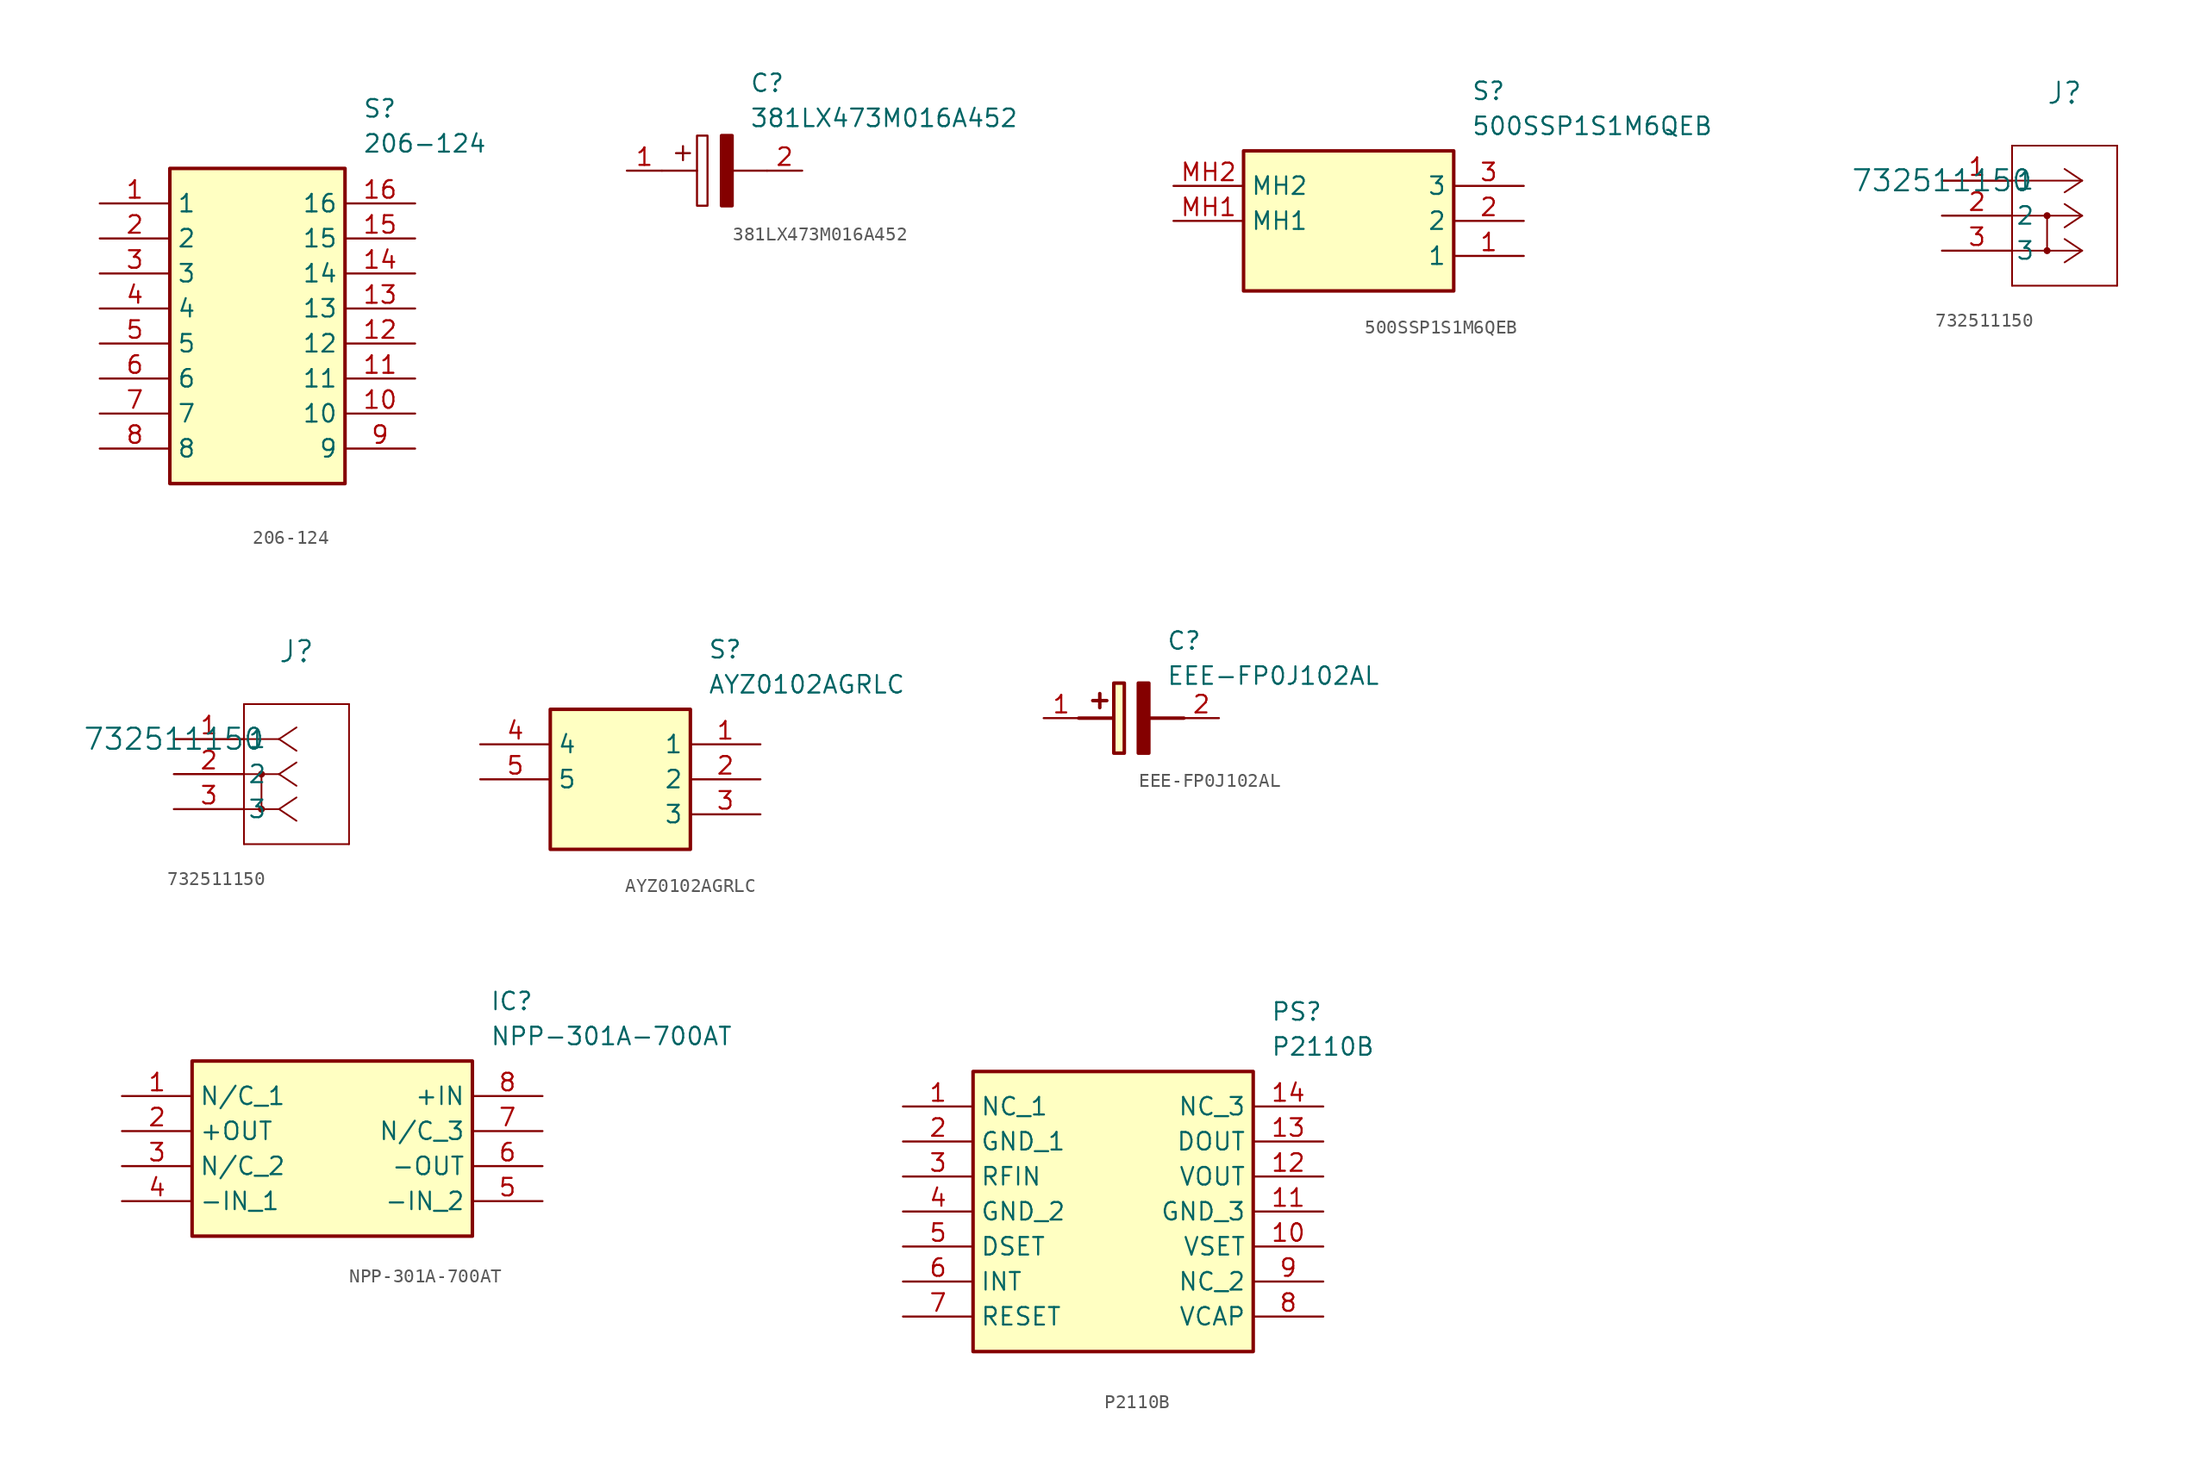
<source format=kicad_sym>
(kicad_symbol_lib
  (version 20231120)
  (generator "kicad_symbol_editor")
  (generator_version "8.0")
  (symbol "206-124"
    (property "Reference" "S"
      (at 19.05 7.62 0)
      (effects (font (size 1.27 1.27)) (justify left top)))
    (property "Value" "206-124"
      (at 19.05 5.08 0)
      (effects (font (size 1.27 1.27)) (justify left top)))
    (symbol "206-124_1_1"
      (rectangle (start 5.08 2.54) (end 17.78 -20.32) (stroke (width 0.254) (type default)) (fill (type background)))
      (pin passive line (at 0 0 0) (length 5.08) (name "1" (effects (font (size 1.27 1.27)))) (number "1" (effects (font (size 1.27 1.27)))))
      (pin passive line (at 22.86 -15.24 180) (length 5.08) (name "10" (effects (font (size 1.27 1.27)))) (number "10" (effects (font (size 1.27 1.27)))))
      (pin passive line (at 22.86 -12.7 180) (length 5.08) (name "11" (effects (font (size 1.27 1.27)))) (number "11" (effects (font (size 1.27 1.27)))))
      (pin passive line (at 22.86 -10.16 180) (length 5.08) (name "12" (effects (font (size 1.27 1.27)))) (number "12" (effects (font (size 1.27 1.27)))))
      (pin passive line (at 22.86 -7.62 180) (length 5.08) (name "13" (effects (font (size 1.27 1.27)))) (number "13" (effects (font (size 1.27 1.27)))))
      (pin passive line (at 22.86 -5.08 180) (length 5.08) (name "14" (effects (font (size 1.27 1.27)))) (number "14" (effects (font (size 1.27 1.27)))))
      (pin passive line (at 22.86 -2.54 180) (length 5.08) (name "15" (effects (font (size 1.27 1.27)))) (number "15" (effects (font (size 1.27 1.27)))))
      (pin passive line (at 22.86 0 180) (length 5.08) (name "16" (effects (font (size 1.27 1.27)))) (number "16" (effects (font (size 1.27 1.27)))))
      (pin passive line (at 0 -2.54 0) (length 5.08) (name "2" (effects (font (size 1.27 1.27)))) (number "2" (effects (font (size 1.27 1.27)))))
      (pin passive line (at 0 -5.08 0) (length 5.08) (name "3" (effects (font (size 1.27 1.27)))) (number "3" (effects (font (size 1.27 1.27)))))
      (pin passive line (at 0 -7.62 0) (length 5.08) (name "4" (effects (font (size 1.27 1.27)))) (number "4" (effects (font (size 1.27 1.27)))))
      (pin passive line (at 0 -10.16 0) (length 5.08) (name "5" (effects (font (size 1.27 1.27)))) (number "5" (effects (font (size 1.27 1.27)))))
      (pin passive line (at 0 -12.7 0) (length 5.08) (name "6" (effects (font (size 1.27 1.27)))) (number "6" (effects (font (size 1.27 1.27)))))
      (pin passive line (at 0 -15.24 0) (length 5.08) (name "7" (effects (font (size 1.27 1.27)))) (number "7" (effects (font (size 1.27 1.27)))))
      (pin passive line (at 0 -17.78 0) (length 5.08) (name "8" (effects (font (size 1.27 1.27)))) (number "8" (effects (font (size 1.27 1.27)))))
      (pin passive line (at 22.86 -17.78 180) (length 5.08) (name "9" (effects (font (size 1.27 1.27)))) (number "9" (effects (font (size 1.27 1.27)))))))
  (symbol "381LX473M016A452"
    (pin_names
      (offset 0.762))
    (property "Reference" "C"
      (at 8.89 6.35 0)
      (effects (font (size 1.27 1.27)) (justify left)))
    (property "Value" "381LX473M016A452"
      (at 8.89 3.81 0)
      (effects (font (size 1.27 1.27)) (justify left)))
    (symbol "381LX473M016A452_0_0"
      (pin passive line (at 0 0 0) (length 2.54) (name "~" (effects (font (size 1.27 1.27)))) (number "1" (effects (font (size 1.27 1.27)))))
      (pin passive line (at 12.7 0 180) (length 2.54) (name "~" (effects (font (size 1.27 1.27)))) (number "2" (effects (font (size 1.27 1.27))))))
    (symbol "381LX473M016A452_0_1"
      (polyline (pts (xy 2.54 0) (xy 5.08 0)) (stroke (width 0.152) (type solid)) (fill (type none)))
      (polyline (pts (xy 4.064 1.778) (xy 4.064 0.762)) (stroke (width 0.152) (type solid)) (fill (type none)))
      (polyline (pts (xy 4.572 1.27) (xy 3.556 1.27)) (stroke (width 0.152) (type solid)) (fill (type none)))
      (polyline (pts (xy 7.62 0) (xy 10.16 0)) (stroke (width 0.152) (type solid)) (fill (type none)))
      (polyline (pts (xy 5.08 2.54) (xy 5.08 -2.54) (xy 5.842 -2.54) (xy 5.842 2.54) (xy 5.08 2.54)) (stroke (width 0.152) (type solid)) (fill (type none)))
      (polyline (pts (xy 7.62 2.54) (xy 7.62 -2.54) (xy 6.858 -2.54) (xy 6.858 2.54) (xy 7.62 2.54)) (stroke (width 0.254) (type solid)) (fill (type outline)))))
  (symbol "500SSP1S1M6QEB"
    (property "Reference" "S"
      (at 21.59 7.62 0)
      (effects (font (size 1.27 1.27)) (justify left top)))
    (property "Value" "500SSP1S1M6QEB"
      (at 21.59 5.08 0)
      (effects (font (size 1.27 1.27)) (justify left top)))
    (symbol "500SSP1S1M6QEB_1_1"
      (rectangle (start 5.08 2.54) (end 20.32 -7.62) (stroke (width 0.254) (type default)) (fill (type background)))
      (pin passive line (at 25.4 -5.08 180) (length 5.08) (name "1" (effects (font (size 1.27 1.27)))) (number "1" (effects (font (size 1.27 1.27)))))
      (pin passive line (at 25.4 -2.54 180) (length 5.08) (name "2" (effects (font (size 1.27 1.27)))) (number "2" (effects (font (size 1.27 1.27)))))
      (pin passive line (at 25.4 0 180) (length 5.08) (name "3" (effects (font (size 1.27 1.27)))) (number "3" (effects (font (size 1.27 1.27)))))
      (pin passive line (at 0 -2.54 0) (length 5.08) (name "MH1" (effects (font (size 1.27 1.27)))) (number "MH1" (effects (font (size 1.27 1.27)))))
      (pin passive line (at 0 0 0) (length 5.08) (name "MH2" (effects (font (size 1.27 1.27)))) (number "MH2" (effects (font (size 1.27 1.27)))))))
  (symbol "732511150"
    (pin_names
      (offset 0.254))
    (property "Reference" "J"
      (at 8.89 6.35 0)
      (effects (font (size 1.524 1.524))))
    (property "Value" "732511150"
      (at 0 0 0)
      (effects (font (size 1.524 1.524))))
    (property "ki_locked" ""
      (at 0 0 0)
      (effects (font (size 1.27 1.27))))
    (symbol "732511150_1_1"
      (polyline (pts (xy 5.08 -7.62) (xy 12.7 -7.62)) (stroke (width 0.127) (type default)) (fill (type none)))
      (polyline (pts (xy 5.08 2.54) (xy 5.08 -7.62)) (stroke (width 0.127) (type default)) (fill (type none)))
      (polyline (pts (xy 7.62 -2.54) (xy 7.62 -5.08)) (stroke (width 0.127) (type default)) (fill (type none)))
      (polyline (pts (xy 10.16 -5.08) (xy 5.08 -5.08)) (stroke (width 0.127) (type default)) (fill (type none)))
      (polyline (pts (xy 10.16 -5.08) (xy 8.89 -5.927)) (stroke (width 0.127) (type default)) (fill (type none)))
      (polyline (pts (xy 10.16 -5.08) (xy 8.89 -4.233)) (stroke (width 0.127) (type default)) (fill (type none)))
      (polyline (pts (xy 10.16 -2.54) (xy 5.08 -2.54)) (stroke (width 0.127) (type default)) (fill (type none)))
      (polyline (pts (xy 10.16 -2.54) (xy 8.89 -3.387)) (stroke (width 0.127) (type default)) (fill (type none)))
      (polyline (pts (xy 10.16 -2.54) (xy 8.89 -1.693)) (stroke (width 0.127) (type default)) (fill (type none)))
      (polyline (pts (xy 10.16 0) (xy 5.08 0)) (stroke (width 0.127) (type default)) (fill (type none)))
      (polyline (pts (xy 10.16 0) (xy 8.89 -0.847)) (stroke (width 0.127) (type default)) (fill (type none)))
      (polyline (pts (xy 10.16 0) (xy 8.89 0.847)) (stroke (width 0.127) (type default)) (fill (type none)))
      (polyline (pts (xy 12.7 -7.62) (xy 12.7 2.54)) (stroke (width 0.127) (type default)) (fill (type none)))
      (polyline (pts (xy 12.7 2.54) (xy 5.08 2.54)) (stroke (width 0.127) (type default)) (fill (type none)))
      (circle (center 7.62 -5.08) (radius 0.127) (stroke (width 0.254) (type default)) (fill (type none)))
      (circle (center 7.62 -2.54) (radius 0.127) (stroke (width 0.254) (type default)) (fill (type none)))
      (pin unspecified line (at 0 0 0) (length 5.08) (name "1" (effects (font (size 1.27 1.27)))) (number "1" (effects (font (size 1.27 1.27)))))
      (pin unspecified line (at 0 -2.54 0) (length 5.08) (name "2" (effects (font (size 1.27 1.27)))) (number "2" (effects (font (size 1.27 1.27)))))
      (pin unspecified line (at 0 -5.08 0) (length 5.08) (name "3" (effects (font (size 1.27 1.27)))) (number "3" (effects (font (size 1.27 1.27))))))
    (symbol "732511150_1_2"
      (polyline (pts (xy 5.08 -7.62) (xy 12.7 -7.62)) (stroke (width 0.127) (type default)) (fill (type none)))
      (polyline (pts (xy 5.08 2.54) (xy 5.08 -7.62)) (stroke (width 0.127) (type default)) (fill (type none)))
      (polyline (pts (xy 6.35 -2.54) (xy 6.35 -5.08)) (stroke (width 0.127) (type default)) (fill (type none)))
      (polyline (pts (xy 7.62 -5.08) (xy 5.08 -5.08)) (stroke (width 0.127) (type default)) (fill (type none)))
      (polyline (pts (xy 7.62 -5.08) (xy 8.89 -5.927)) (stroke (width 0.127) (type default)) (fill (type none)))
      (polyline (pts (xy 7.62 -5.08) (xy 8.89 -4.233)) (stroke (width 0.127) (type default)) (fill (type none)))
      (polyline (pts (xy 7.62 -2.54) (xy 5.08 -2.54)) (stroke (width 0.127) (type default)) (fill (type none)))
      (polyline (pts (xy 7.62 -2.54) (xy 8.89 -3.387)) (stroke (width 0.127) (type default)) (fill (type none)))
      (polyline (pts (xy 7.62 -2.54) (xy 8.89 -1.693)) (stroke (width 0.127) (type default)) (fill (type none)))
      (polyline (pts (xy 7.62 0) (xy 5.08 0)) (stroke (width 0.127) (type default)) (fill (type none)))
      (polyline (pts (xy 7.62 0) (xy 8.89 -0.847)) (stroke (width 0.127) (type default)) (fill (type none)))
      (polyline (pts (xy 7.62 0) (xy 8.89 0.847)) (stroke (width 0.127) (type default)) (fill (type none)))
      (polyline (pts (xy 12.7 -7.62) (xy 12.7 2.54)) (stroke (width 0.127) (type default)) (fill (type none)))
      (polyline (pts (xy 12.7 2.54) (xy 5.08 2.54)) (stroke (width 0.127) (type default)) (fill (type none)))
      (circle (center 6.35 -5.08) (radius 0.127) (stroke (width 0.254) (type default)) (fill (type none)))
      (circle (center 6.35 -2.54) (radius 0.127) (stroke (width 0.254) (type default)) (fill (type none)))
      (pin unspecified line (at 0 0 0) (length 5.08) (name "1" (effects (font (size 1.27 1.27)))) (number "1" (effects (font (size 1.27 1.27)))))
      (pin unspecified line (at 0 -2.54 0) (length 5.08) (name "2" (effects (font (size 1.27 1.27)))) (number "2" (effects (font (size 1.27 1.27)))))
      (pin unspecified line (at 0 -5.08 0) (length 5.08) (name "3" (effects (font (size 1.27 1.27)))) (number "3" (effects (font (size 1.27 1.27)))))))
  (symbol "AYZ0102AGRLC"
    (property "Reference" "S"
      (at 16.51 7.62 0)
      (effects (font (size 1.27 1.27)) (justify left top)))
    (property "Value" "AYZ0102AGRLC"
      (at 16.51 5.08 0)
      (effects (font (size 1.27 1.27)) (justify left top)))
    (symbol "AYZ0102AGRLC_1_1"
      (rectangle (start 5.08 2.54) (end 15.24 -7.62) (stroke (width 0.254) (type default)) (fill (type background)))
      (pin passive line (at 20.32 0 180) (length 5.08) (name "1" (effects (font (size 1.27 1.27)))) (number "1" (effects (font (size 1.27 1.27)))))
      (pin passive line (at 20.32 -2.54 180) (length 5.08) (name "2" (effects (font (size 1.27 1.27)))) (number "2" (effects (font (size 1.27 1.27)))))
      (pin passive line (at 20.32 -5.08 180) (length 5.08) (name "3" (effects (font (size 1.27 1.27)))) (number "3" (effects (font (size 1.27 1.27)))))
      (pin passive line (at 0 0 0) (length 5.08) (name "4" (effects (font (size 1.27 1.27)))) (number "4" (effects (font (size 1.27 1.27)))))
      (pin passive line (at 0 -2.54 0) (length 5.08) (name "5" (effects (font (size 1.27 1.27)))) (number "5" (effects (font (size 1.27 1.27)))))))
  (symbol "EEE-FP0J102AL"
    (pin_names hide)
    (property "Reference" "C"
      (at 8.89 6.35 0)
      (effects (font (size 1.27 1.27)) (justify left top)))
    (property "Value" "EEE-FP0J102AL"
      (at 8.89 3.81 0)
      (effects (font (size 1.27 1.27)) (justify left top)))
    (symbol "EEE-FP0J102AL_1_1"
      (polyline (pts (xy 2.54 0) (xy 5.08 0)) (stroke (width 0.254) (type default)) (fill (type none)))
      (polyline (pts (xy 4.064 1.778) (xy 4.064 0.762)) (stroke (width 0.254) (type default)) (fill (type none)))
      (polyline (pts (xy 4.572 1.27) (xy 3.556 1.27)) (stroke (width 0.254) (type default)) (fill (type none)))
      (polyline (pts (xy 7.62 0) (xy 10.16 0)) (stroke (width 0.254) (type default)) (fill (type none)))
      (polyline (pts (xy 7.62 2.54) (xy 7.62 -2.54) (xy 6.858 -2.54) (xy 6.858 2.54) (xy 7.62 2.54)) (stroke (width 0.254) (type default)) (fill (type outline)))
      (rectangle (start 5.08 2.54) (end 5.842 -2.54) (stroke (width 0.254) (type default)) (fill (type background)))
      (pin passive line (at 0 0 0) (length 2.54) (name "+" (effects (font (size 1.27 1.27)))) (number "1" (effects (font (size 1.27 1.27)))))
      (pin passive line (at 12.7 0 180) (length 2.54) (name "-" (effects (font (size 1.27 1.27)))) (number "2" (effects (font (size 1.27 1.27)))))))
  (symbol "NPP-301A-700AT"
    (property "Reference" "IC"
      (at 26.67 7.62 0)
      (effects (font (size 1.27 1.27)) (justify left top)))
    (property "Value" "NPP-301A-700AT"
      (at 26.67 5.08 0)
      (effects (font (size 1.27 1.27)) (justify left top)))
    (symbol "NPP-301A-700AT_1_1"
      (rectangle (start 5.08 2.54) (end 25.4 -10.16) (stroke (width 0.254) (type default)) (fill (type background)))
      (pin passive line (at 0 0 0) (length 5.08) (name "N/C_1" (effects (font (size 1.27 1.27)))) (number "1" (effects (font (size 1.27 1.27)))))
      (pin passive line (at 0 -2.54 0) (length 5.08) (name "+OUT" (effects (font (size 1.27 1.27)))) (number "2" (effects (font (size 1.27 1.27)))))
      (pin passive line (at 0 -5.08 0) (length 5.08) (name "N/C_2" (effects (font (size 1.27 1.27)))) (number "3" (effects (font (size 1.27 1.27)))))
      (pin passive line (at 0 -7.62 0) (length 5.08) (name "-IN_1" (effects (font (size 1.27 1.27)))) (number "4" (effects (font (size 1.27 1.27)))))
      (pin passive line (at 30.48 -7.62 180) (length 5.08) (name "-IN_2" (effects (font (size 1.27 1.27)))) (number "5" (effects (font (size 1.27 1.27)))))
      (pin passive line (at 30.48 -5.08 180) (length 5.08) (name "-OUT" (effects (font (size 1.27 1.27)))) (number "6" (effects (font (size 1.27 1.27)))))
      (pin passive line (at 30.48 -2.54 180) (length 5.08) (name "N/C_3" (effects (font (size 1.27 1.27)))) (number "7" (effects (font (size 1.27 1.27)))))
      (pin passive line (at 30.48 0 180) (length 5.08) (name "+IN" (effects (font (size 1.27 1.27)))) (number "8" (effects (font (size 1.27 1.27)))))))
  (symbol "P2110B"
    (property "Reference" "PS"
      (at 26.67 7.62 0)
      (effects (font (size 1.27 1.27)) (justify left top)))
    (property "Value" "P2110B"
      (at 26.67 5.08 0)
      (effects (font (size 1.27 1.27)) (justify left top)))
    (symbol "P2110B_1_1"
      (rectangle (start 5.08 2.54) (end 25.4 -17.78) (stroke (width 0.254) (type default)) (fill (type background)))
      (pin passive line (at 0 0 0) (length 5.08) (name "NC_1" (effects (font (size 1.27 1.27)))) (number "1" (effects (font (size 1.27 1.27)))))
      (pin passive line (at 30.48 -10.16 180) (length 5.08) (name "VSET" (effects (font (size 1.27 1.27)))) (number "10" (effects (font (size 1.27 1.27)))))
      (pin passive line (at 30.48 -7.62 180) (length 5.08) (name "GND_3" (effects (font (size 1.27 1.27)))) (number "11" (effects (font (size 1.27 1.27)))))
      (pin passive line (at 30.48 -5.08 180) (length 5.08) (name "VOUT" (effects (font (size 1.27 1.27)))) (number "12" (effects (font (size 1.27 1.27)))))
      (pin passive line (at 30.48 -2.54 180) (length 5.08) (name "DOUT" (effects (font (size 1.27 1.27)))) (number "13" (effects (font (size 1.27 1.27)))))
      (pin passive line (at 30.48 0 180) (length 5.08) (name "NC_3" (effects (font (size 1.27 1.27)))) (number "14" (effects (font (size 1.27 1.27)))))
      (pin passive line (at 0 -2.54 0) (length 5.08) (name "GND_1" (effects (font (size 1.27 1.27)))) (number "2" (effects (font (size 1.27 1.27)))))
      (pin passive line (at 0 -5.08 0) (length 5.08) (name "RFIN" (effects (font (size 1.27 1.27)))) (number "3" (effects (font (size 1.27 1.27)))))
      (pin passive line (at 0 -7.62 0) (length 5.08) (name "GND_2" (effects (font (size 1.27 1.27)))) (number "4" (effects (font (size 1.27 1.27)))))
      (pin passive line (at 0 -10.16 0) (length 5.08) (name "DSET" (effects (font (size 1.27 1.27)))) (number "5" (effects (font (size 1.27 1.27)))))
      (pin passive line (at 0 -12.7 0) (length 5.08) (name "INT" (effects (font (size 1.27 1.27)))) (number "6" (effects (font (size 1.27 1.27)))))
      (pin passive line (at 0 -15.24 0) (length 5.08) (name "RESET" (effects (font (size 1.27 1.27)))) (number "7" (effects (font (size 1.27 1.27)))))
      (pin passive line (at 30.48 -15.24 180) (length 5.08) (name "VCAP" (effects (font (size 1.27 1.27)))) (number "8" (effects (font (size 1.27 1.27)))))
      (pin passive line (at 30.48 -12.7 180) (length 5.08) (name "NC_2" (effects (font (size 1.27 1.27)))) (number "9" (effects (font (size 1.27 1.27))))))))
</source>
